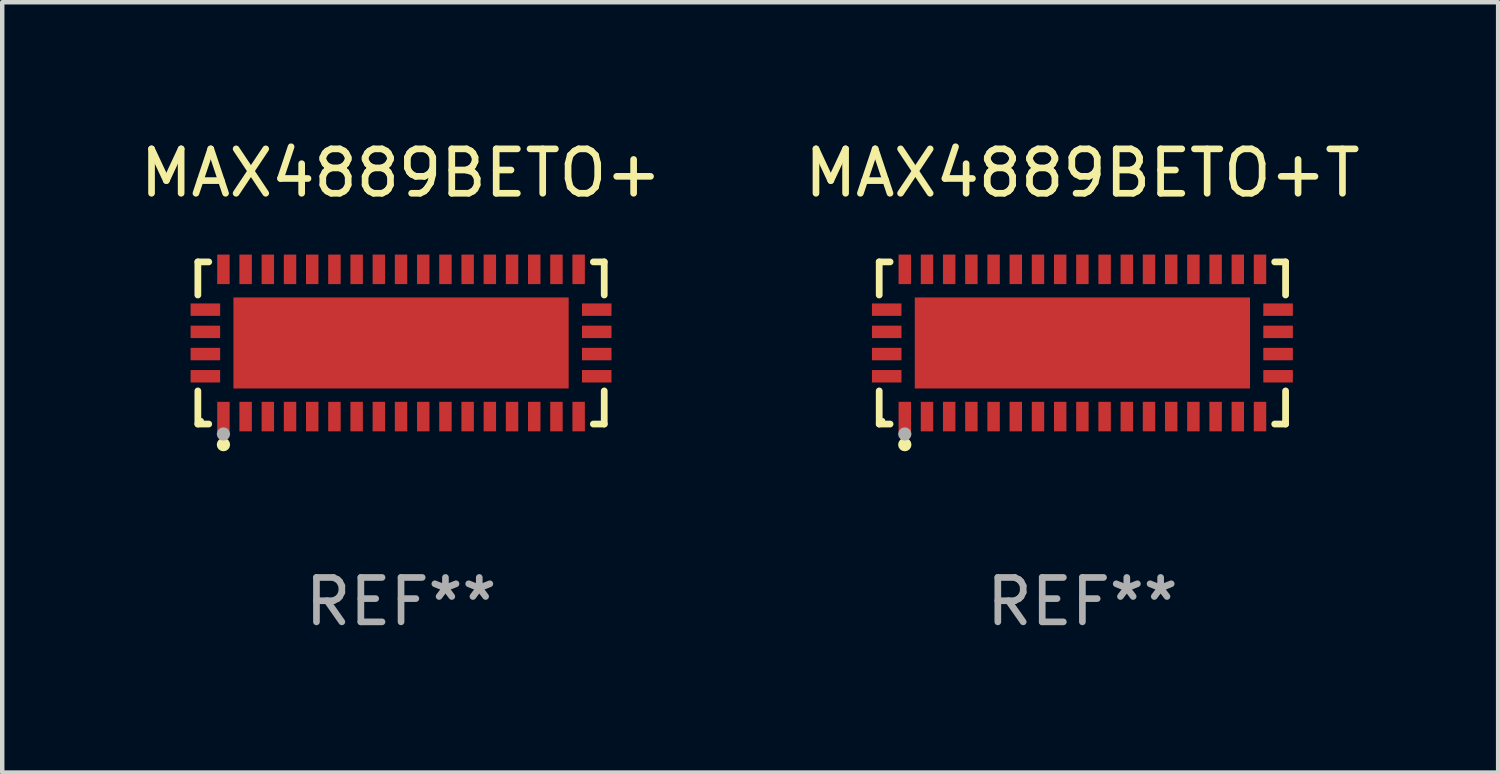
<source format=kicad_pcb>
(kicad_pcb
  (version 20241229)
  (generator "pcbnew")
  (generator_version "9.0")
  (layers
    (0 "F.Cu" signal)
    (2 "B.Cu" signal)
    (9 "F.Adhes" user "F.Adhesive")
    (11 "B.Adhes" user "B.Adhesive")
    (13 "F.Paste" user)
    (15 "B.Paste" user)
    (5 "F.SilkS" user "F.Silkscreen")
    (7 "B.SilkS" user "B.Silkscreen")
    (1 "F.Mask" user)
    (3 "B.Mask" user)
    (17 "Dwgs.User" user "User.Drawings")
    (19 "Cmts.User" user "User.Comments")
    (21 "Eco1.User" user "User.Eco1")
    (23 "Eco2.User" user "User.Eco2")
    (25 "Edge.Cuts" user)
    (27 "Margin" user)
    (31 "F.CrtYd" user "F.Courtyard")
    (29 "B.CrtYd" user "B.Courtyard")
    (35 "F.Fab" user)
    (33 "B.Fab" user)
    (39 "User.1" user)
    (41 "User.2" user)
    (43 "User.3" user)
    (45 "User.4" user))
  (footprint "MAX4889BETO+T"
    (layer "F.Cu")
    (at 21.327 4.674)
    (property "Reference" "MAX4889BETO+T" (at 0 -3.826 0) (layer "F.SilkS") (effects (font (size 1 1) (thickness 0.15))))
    (attr through_hole)
    (fp_line (start -4.576 -1.826) (end -4.331 -1.826) (stroke (width 0.152) (type solid)) (layer "F.SilkS"))
    (fp_line (start -4.576 -1.08) (end -4.576 -1.826) (stroke (width 0.152) (type solid)) (layer "F.SilkS"))
    (fp_line (start -4.576 1.08) (end -4.576 1.826) (stroke (width 0.152) (type solid)) (layer "F.SilkS"))
    (fp_line (start -4.576 1.826) (end -4.331 1.826) (stroke (width 0.152) (type solid)) (layer "F.SilkS"))
    (fp_line (start 4.576 -1.826) (end 4.331 -1.826) (stroke (width 0.152) (type solid)) (layer "F.SilkS"))
    (fp_line (start 4.576 -1.08) (end 4.576 -1.826) (stroke (width 0.152) (type solid)) (layer "F.SilkS"))
    (fp_line (start 4.576 1.08) (end 4.576 1.826) (stroke (width 0.152) (type solid)) (layer "F.SilkS"))
    (fp_line (start 4.576 1.826) (end 4.331 1.826) (stroke (width 0.152) (type solid)) (layer "F.SilkS"))
    (fp_circle (center -4.5 1.75) (end -4.47 1.75) (stroke (width 0.06) (type solid)) (fill no) (layer "F.SilkS"))
    (fp_circle (center -4 2.29) (end -3.925 2.29) (stroke (width 0.15) (type solid)) (fill no) (layer "F.SilkS"))
    (fp_circle (center -4 2.05) (end -3.925 2.05) (stroke (width 0.15) (type solid)) (fill no) (layer "F.Fab"))
    (fp_text user "REF**" (at 0 5.826 0) (layer "F.Fab") (effects (font (size 1 1) (thickness 0.15))))
    (pad "1" smd rect (at -4 1.658) (size 0.28 0.665) (layers "F.Cu" "F.Mask" "F.Paste"))
    (pad "2" smd rect (at -3.5 1.658) (size 0.28 0.665) (layers "F.Cu" "F.Mask" "F.Paste"))
    (pad "3" smd rect (at -3 1.658) (size 0.28 0.665) (layers "F.Cu" "F.Mask" "F.Paste"))
    (pad "4" smd rect (at -2.5 1.658) (size 0.28 0.665) (layers "F.Cu" "F.Mask" "F.Paste"))
    (pad "5" smd rect (at -2 1.658) (size 0.28 0.665) (layers "F.Cu" "F.Mask" "F.Paste"))
    (pad "6" smd rect (at -1.5 1.658) (size 0.28 0.665) (layers "F.Cu" "F.Mask" "F.Paste"))
    (pad "7" smd rect (at -1 1.658) (size 0.28 0.665) (layers "F.Cu" "F.Mask" "F.Paste"))
    (pad "8" smd rect (at -0.5 1.658) (size 0.28 0.665) (layers "F.Cu" "F.Mask" "F.Paste"))
    (pad "9" smd rect (at 0 1.658) (size 0.28 0.665) (layers "F.Cu" "F.Mask" "F.Paste"))
    (pad "10" smd rect (at 0.5 1.658) (size 0.28 0.665) (layers "F.Cu" "F.Mask" "F.Paste"))
    (pad "11" smd rect (at 1 1.658) (size 0.28 0.665) (layers "F.Cu" "F.Mask" "F.Paste"))
    (pad "12" smd rect (at 1.5 1.658) (size 0.28 0.665) (layers "F.Cu" "F.Mask" "F.Paste"))
    (pad "13" smd rect (at 2 1.658) (size 0.28 0.665) (layers "F.Cu" "F.Mask" "F.Paste"))
    (pad "14" smd rect (at 2.5 1.658) (size 0.28 0.665) (layers "F.Cu" "F.Mask" "F.Paste"))
    (pad "15" smd rect (at 3 1.658) (size 0.28 0.665) (layers "F.Cu" "F.Mask" "F.Paste"))
    (pad "16" smd rect (at 3.5 1.658) (size 0.28 0.665) (layers "F.Cu" "F.Mask" "F.Paste"))
    (pad "17" smd rect (at 4 1.658) (size 0.28 0.665) (layers "F.Cu" "F.Mask" "F.Paste"))
    (pad "18" smd rect (at 4.407 0.75) (size 0.665 0.28) (layers "F.Cu" "F.Mask" "F.Paste"))
    (pad "19" smd rect (at 4.407 0.25) (size 0.665 0.28) (layers "F.Cu" "F.Mask" "F.Paste"))
    (pad "20" smd rect (at 4.407 -0.25) (size 0.665 0.28) (layers "F.Cu" "F.Mask" "F.Paste"))
    (pad "21" smd rect (at 4.407 -0.75) (size 0.665 0.28) (layers "F.Cu" "F.Mask" "F.Paste"))
    (pad "22" smd rect (at 4 -1.658) (size 0.28 0.665) (layers "F.Cu" "F.Mask" "F.Paste"))
    (pad "23" smd rect (at 3.5 -1.658) (size 0.28 0.665) (layers "F.Cu" "F.Mask" "F.Paste"))
    (pad "24" smd rect (at 3 -1.658) (size 0.28 0.665) (layers "F.Cu" "F.Mask" "F.Paste"))
    (pad "25" smd rect (at 2.5 -1.658) (size 0.28 0.665) (layers "F.Cu" "F.Mask" "F.Paste"))
    (pad "26" smd rect (at 2 -1.658) (size 0.28 0.665) (layers "F.Cu" "F.Mask" "F.Paste"))
    (pad "27" smd rect (at 1.5 -1.658) (size 0.28 0.665) (layers "F.Cu" "F.Mask" "F.Paste"))
    (pad "28" smd rect (at 1 -1.658) (size 0.28 0.665) (layers "F.Cu" "F.Mask" "F.Paste"))
    (pad "29" smd rect (at 0.5 -1.658) (size 0.28 0.665) (layers "F.Cu" "F.Mask" "F.Paste"))
    (pad "30" smd rect (at 0 -1.658) (size 0.28 0.665) (layers "F.Cu" "F.Mask" "F.Paste"))
    (pad "31" smd rect (at -0.5 -1.658) (size 0.28 0.665) (layers "F.Cu" "F.Mask" "F.Paste"))
    (pad "32" smd rect (at -1 -1.658) (size 0.28 0.665) (layers "F.Cu" "F.Mask" "F.Paste"))
    (pad "33" smd rect (at -1.5 -1.658) (size 0.28 0.665) (layers "F.Cu" "F.Mask" "F.Paste"))
    (pad "34" smd rect (at -2 -1.658) (size 0.28 0.665) (layers "F.Cu" "F.Mask" "F.Paste"))
    (pad "35" smd rect (at -2.5 -1.658) (size 0.28 0.665) (layers "F.Cu" "F.Mask" "F.Paste"))
    (pad "36" smd rect (at -3 -1.658) (size 0.28 0.665) (layers "F.Cu" "F.Mask" "F.Paste"))
    (pad "37" smd rect (at -3.5 -1.658) (size 0.28 0.665) (layers "F.Cu" "F.Mask" "F.Paste"))
    (pad "38" smd rect (at -4 -1.658) (size 0.28 0.665) (layers "F.Cu" "F.Mask" "F.Paste"))
    (pad "39" smd rect (at -4.407 -0.75) (size 0.665 0.28) (layers "F.Cu" "F.Mask" "F.Paste"))
    (pad "40" smd rect (at -4.407 -0.25) (size 0.665 0.28) (layers "F.Cu" "F.Mask" "F.Paste"))
    (pad "41" smd rect (at -4.407 0.25) (size 0.665 0.28) (layers "F.Cu" "F.Mask" "F.Paste"))
    (pad "42" smd rect (at -4.407 0.75) (size 0.665 0.28) (layers "F.Cu" "F.Mask" "F.Paste"))
    (pad "43" smd rect (at 0 0) (size 7.55 2.05) (layers "F.Cu" "F.Mask" "F.Paste")))
  (footprint "MAX4889BETO+"
    (layer "F.Cu")
    (at 5.982 4.674)
    (property "Reference" "MAX4889BETO+" (at 0 -3.826 0) (layer "F.SilkS") (effects (font (size 1 1) (thickness 0.15))))
    (attr through_hole)
    (fp_line (start -4.576 -1.826) (end -4.331 -1.826) (stroke (width 0.152) (type solid)) (layer "F.SilkS"))
    (fp_line (start -4.576 -1.08) (end -4.576 -1.826) (stroke (width 0.152) (type solid)) (layer "F.SilkS"))
    (fp_line (start -4.576 1.08) (end -4.576 1.826) (stroke (width 0.152) (type solid)) (layer "F.SilkS"))
    (fp_line (start -4.576 1.826) (end -4.331 1.826) (stroke (width 0.152) (type solid)) (layer "F.SilkS"))
    (fp_line (start 4.576 -1.826) (end 4.331 -1.826) (stroke (width 0.152) (type solid)) (layer "F.SilkS"))
    (fp_line (start 4.576 -1.08) (end 4.576 -1.826) (stroke (width 0.152) (type solid)) (layer "F.SilkS"))
    (fp_line (start 4.576 1.08) (end 4.576 1.826) (stroke (width 0.152) (type solid)) (layer "F.SilkS"))
    (fp_line (start 4.576 1.826) (end 4.331 1.826) (stroke (width 0.152) (type solid)) (layer "F.SilkS"))
    (fp_circle (center -4.5 1.75) (end -4.47 1.75) (stroke (width 0.06) (type solid)) (fill no) (layer "F.SilkS"))
    (fp_circle (center -4 2.29) (end -3.925 2.29) (stroke (width 0.15) (type solid)) (fill no) (layer "F.SilkS"))
    (fp_circle (center -4 2.05) (end -3.925 2.05) (stroke (width 0.15) (type solid)) (fill no) (layer "F.Fab"))
    (fp_text user "REF**" (at 0 5.826 0) (layer "F.Fab") (effects (font (size 1 1) (thickness 0.15))))
    (pad "1" smd rect (at -4 1.658) (size 0.28 0.665) (layers "F.Cu" "F.Mask" "F.Paste"))
    (pad "2" smd rect (at -3.5 1.658) (size 0.28 0.665) (layers "F.Cu" "F.Mask" "F.Paste"))
    (pad "3" smd rect (at -3 1.658) (size 0.28 0.665) (layers "F.Cu" "F.Mask" "F.Paste"))
    (pad "4" smd rect (at -2.5 1.658) (size 0.28 0.665) (layers "F.Cu" "F.Mask" "F.Paste"))
    (pad "5" smd rect (at -2 1.658) (size 0.28 0.665) (layers "F.Cu" "F.Mask" "F.Paste"))
    (pad "6" smd rect (at -1.5 1.658) (size 0.28 0.665) (layers "F.Cu" "F.Mask" "F.Paste"))
    (pad "7" smd rect (at -1 1.658) (size 0.28 0.665) (layers "F.Cu" "F.Mask" "F.Paste"))
    (pad "8" smd rect (at -0.5 1.658) (size 0.28 0.665) (layers "F.Cu" "F.Mask" "F.Paste"))
    (pad "9" smd rect (at 0 1.658) (size 0.28 0.665) (layers "F.Cu" "F.Mask" "F.Paste"))
    (pad "10" smd rect (at 0.5 1.658) (size 0.28 0.665) (layers "F.Cu" "F.Mask" "F.Paste"))
    (pad "11" smd rect (at 1 1.658) (size 0.28 0.665) (layers "F.Cu" "F.Mask" "F.Paste"))
    (pad "12" smd rect (at 1.5 1.658) (size 0.28 0.665) (layers "F.Cu" "F.Mask" "F.Paste"))
    (pad "13" smd rect (at 2 1.658) (size 0.28 0.665) (layers "F.Cu" "F.Mask" "F.Paste"))
    (pad "14" smd rect (at 2.5 1.658) (size 0.28 0.665) (layers "F.Cu" "F.Mask" "F.Paste"))
    (pad "15" smd rect (at 3 1.658) (size 0.28 0.665) (layers "F.Cu" "F.Mask" "F.Paste"))
    (pad "16" smd rect (at 3.5 1.658) (size 0.28 0.665) (layers "F.Cu" "F.Mask" "F.Paste"))
    (pad "17" smd rect (at 4 1.658) (size 0.28 0.665) (layers "F.Cu" "F.Mask" "F.Paste"))
    (pad "18" smd rect (at 4.407 0.75) (size 0.665 0.28) (layers "F.Cu" "F.Mask" "F.Paste"))
    (pad "19" smd rect (at 4.407 0.25) (size 0.665 0.28) (layers "F.Cu" "F.Mask" "F.Paste"))
    (pad "20" smd rect (at 4.407 -0.25) (size 0.665 0.28) (layers "F.Cu" "F.Mask" "F.Paste"))
    (pad "21" smd rect (at 4.407 -0.75) (size 0.665 0.28) (layers "F.Cu" "F.Mask" "F.Paste"))
    (pad "22" smd rect (at 4 -1.658) (size 0.28 0.665) (layers "F.Cu" "F.Mask" "F.Paste"))
    (pad "23" smd rect (at 3.5 -1.658) (size 0.28 0.665) (layers "F.Cu" "F.Mask" "F.Paste"))
    (pad "24" smd rect (at 3 -1.658) (size 0.28 0.665) (layers "F.Cu" "F.Mask" "F.Paste"))
    (pad "25" smd rect (at 2.5 -1.658) (size 0.28 0.665) (layers "F.Cu" "F.Mask" "F.Paste"))
    (pad "26" smd rect (at 2 -1.658) (size 0.28 0.665) (layers "F.Cu" "F.Mask" "F.Paste"))
    (pad "27" smd rect (at 1.5 -1.658) (size 0.28 0.665) (layers "F.Cu" "F.Mask" "F.Paste"))
    (pad "28" smd rect (at 1 -1.658) (size 0.28 0.665) (layers "F.Cu" "F.Mask" "F.Paste"))
    (pad "29" smd rect (at 0.5 -1.658) (size 0.28 0.665) (layers "F.Cu" "F.Mask" "F.Paste"))
    (pad "30" smd rect (at 0 -1.658) (size 0.28 0.665) (layers "F.Cu" "F.Mask" "F.Paste"))
    (pad "31" smd rect (at -0.5 -1.658) (size 0.28 0.665) (layers "F.Cu" "F.Mask" "F.Paste"))
    (pad "32" smd rect (at -1 -1.658) (size 0.28 0.665) (layers "F.Cu" "F.Mask" "F.Paste"))
    (pad "33" smd rect (at -1.5 -1.658) (size 0.28 0.665) (layers "F.Cu" "F.Mask" "F.Paste"))
    (pad "34" smd rect (at -2 -1.658) (size 0.28 0.665) (layers "F.Cu" "F.Mask" "F.Paste"))
    (pad "35" smd rect (at -2.5 -1.658) (size 0.28 0.665) (layers "F.Cu" "F.Mask" "F.Paste"))
    (pad "36" smd rect (at -3 -1.658) (size 0.28 0.665) (layers "F.Cu" "F.Mask" "F.Paste"))
    (pad "37" smd rect (at -3.5 -1.658) (size 0.28 0.665) (layers "F.Cu" "F.Mask" "F.Paste"))
    (pad "38" smd rect (at -4 -1.658) (size 0.28 0.665) (layers "F.Cu" "F.Mask" "F.Paste"))
    (pad "39" smd rect (at -4.407 -0.75) (size 0.665 0.28) (layers "F.Cu" "F.Mask" "F.Paste"))
    (pad "40" smd rect (at -4.407 -0.25) (size 0.665 0.28) (layers "F.Cu" "F.Mask" "F.Paste"))
    (pad "41" smd rect (at -4.407 0.25) (size 0.665 0.28) (layers "F.Cu" "F.Mask" "F.Paste"))
    (pad "42" smd rect (at -4.407 0.75) (size 0.665 0.28) (layers "F.Cu" "F.Mask" "F.Paste"))
    (pad "43" smd rect (at 0 0) (size 7.55 2.05) (layers "F.Cu" "F.Mask" "F.Paste")))
  (gr_rect
    (start -3 -3)
    (end 30.69 14.349)
    (stroke (width 0.1) (type default))
    (fill no)
    (layer "Edge.Cuts")))
</source>
